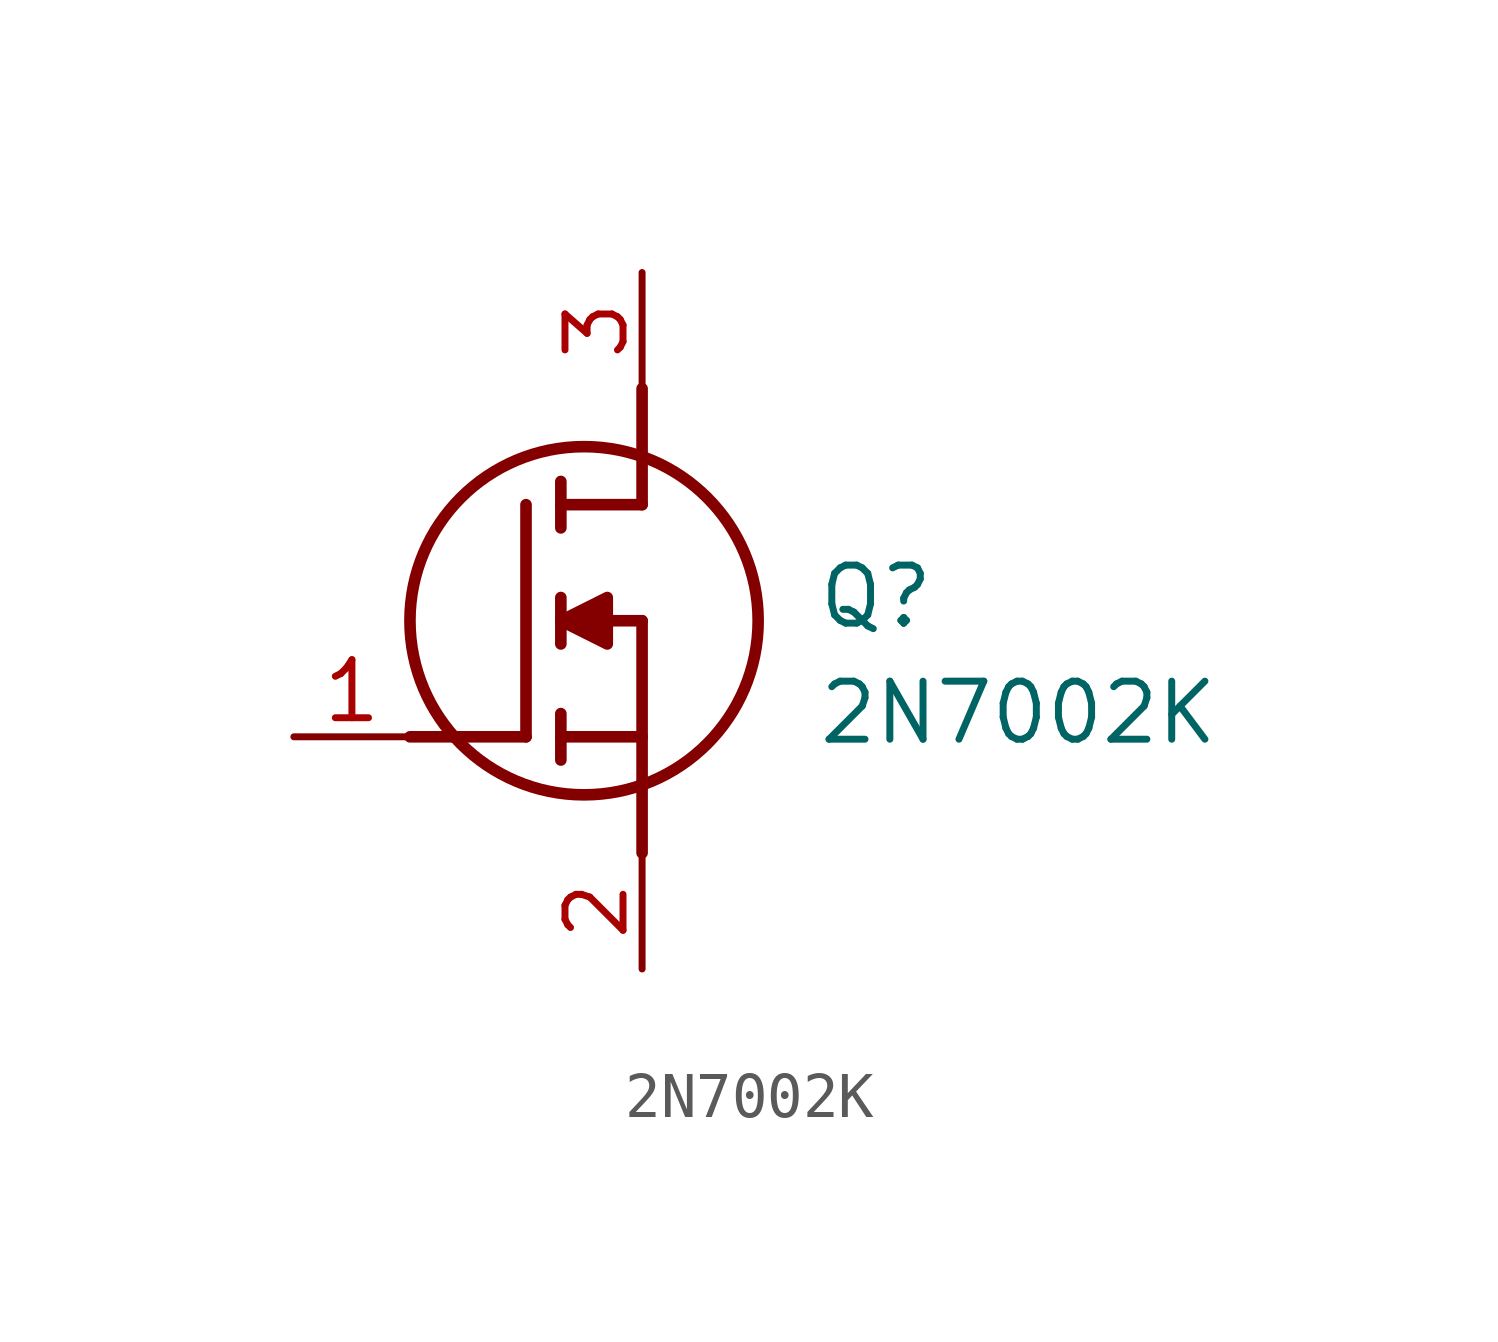
<source format=kicad_sym>
(kicad_symbol_lib
  (version 20211014)
  (generator SamacSys_ECAD_Model)
  (symbol "2N7002K"
    (pin_names hide)
    (property "Reference" "Q"
      (at 11.43 3.81 0)
      (effects (font (size 1.27 1.27)) (justify left top)))
    (property "Value" "2N7002K"
      (at 11.43 1.27 0)
      (effects (font (size 1.27 1.27)) (justify left top)))
    (polyline
      (pts (xy 7.62 2.54) (xy 7.62 -2.54))
      (stroke (width 0.254) (type default))
      (fill (type none)))
    (polyline
      (pts (xy 7.62 5.08) (xy 7.62 7.62))
      (stroke (width 0.254) (type default))
      (fill (type none)))
    (polyline
      (pts (xy 2.54 0) (xy 5.08 0))
      (stroke (width 0.254) (type default))
      (fill (type none)))
    (polyline
      (pts (xy 5.08 5.08) (xy 5.08 0))
      (stroke (width 0.254) (type default))
      (fill (type none)))
    (polyline
      (pts (xy 7.62 2.54) (xy 5.842 2.54))
      (stroke (width 0.254) (type default))
      (fill (type none)))
    (polyline
      (pts (xy 7.62 5.08) (xy 5.842 5.08))
      (stroke (width 0.254) (type default))
      (fill (type none)))
    (polyline
      (pts (xy 5.842 0) (xy 7.62 0))
      (stroke (width 0.254) (type default))
      (fill (type none)))
    (polyline
      (pts (xy 5.842 5.588) (xy 5.842 4.572))
      (stroke (width 0.254) (type default))
      (fill (type none)))
    (polyline
      (pts (xy 5.842 -0.508) (xy 5.842 0.508))
      (stroke (width 0.254) (type default))
      (fill (type none)))
    (polyline
      (pts (xy 5.842 2.032) (xy 5.842 3.048))
      (stroke (width 0.254) (type default))
      (fill (type none)))
    (circle
      (center 6.35 2.54)
      (radius 3.81)
      (stroke (width 0.254) (type default))
      (fill (type none)))
    (polyline
      (pts (xy 5.842 2.54) (xy 6.858 3.048) (xy 6.858 2.032) (xy 5.842 2.54))
      (stroke (width 0.254) (type default))
      (fill (type outline)))
    (pin passive line
      (at 0 0 0)
      (length 2.54)
      (name "G" (effects (font (size 1.27 1.27))))
      (number "1" (effects (font (size 1.27 1.27)))))
    (pin passive line
      (at 7.62 10.16 270)
      (length 2.54)
      (name "D" (effects (font (size 1.27 1.27))))
      (number "3" (effects (font (size 1.27 1.27)))))
    (pin passive line
      (at 7.62 -5.08 90)
      (length 2.54)
      (name "S" (effects (font (size 1.27 1.27))))
      (number "2" (effects (font (size 1.27 1.27)))))))
</source>
